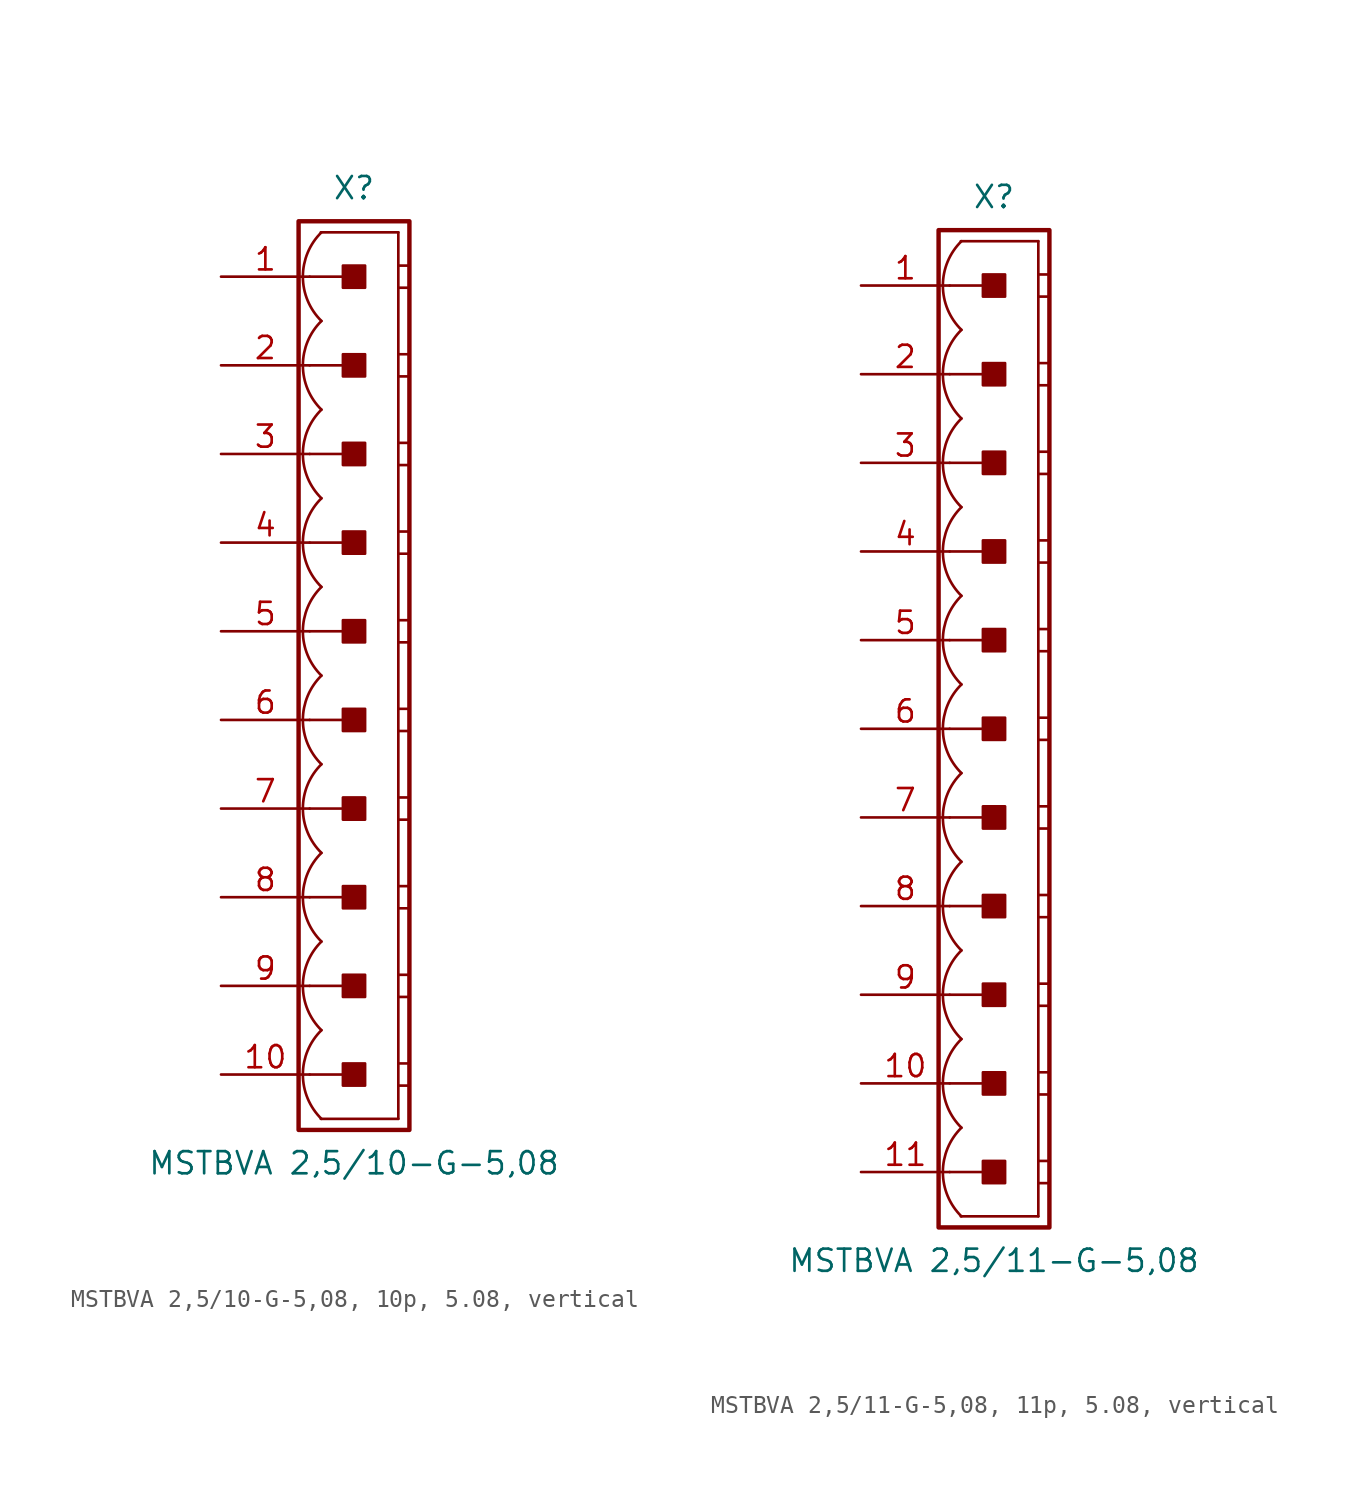
<source format=kicad_sym>
(kicad_symbol_lib
  (version 20241209)
  (generator "kicad_symbol_editor")
  (generator_version "9.0")
  (symbol "MSTBVA 2,5/10-G-5,08, 10p, 5.08, vertical"
    (pin_names
      (offset 1.016)
      (hide yes))
    (property "Reference" "X"
      (at 0 27.94 0)
      (effects (font (size 1.27 1.27))))
    (property "Value" "MSTBVA 2,5/10-G-5,08"
      (at 0 -27.94 0)
      (effects (font (size 1.27 1.27))))
    (property "Label" ""
      (at 0 0 0)
      (effects (font (size 1.27 1.27) (thickness 0.254) (bold yes))))
    (symbol "MSTBVA 2,5/10-G-5,08, 10p, 5.08, vertical_0_1"
      (polyline (pts (xy 2.54 25.4) (xy -1.905 25.4)) (stroke (width 0.152) (type default)) (fill (type none)))
      (polyline (pts (xy 2.54 25.4) (xy 2.54 -25.4)) (stroke (width 0.152) (type default)) (fill (type none)))
      (polyline (pts (xy 2.54 23.495) (xy 3.175 23.495)) (stroke (width 0.152) (type default)) (fill (type none)))
      (polyline (pts (xy 2.54 22.225) (xy 3.175 22.225)) (stroke (width 0.152) (type default)) (fill (type none)))
      (polyline (pts (xy 2.54 18.415) (xy 3.175 18.415)) (stroke (width 0.152) (type default)) (fill (type none)))
      (polyline (pts (xy 2.54 17.145) (xy 3.175 17.145)) (stroke (width 0.152) (type default)) (fill (type none)))
      (polyline (pts (xy 2.54 13.335) (xy 3.175 13.335)) (stroke (width 0.152) (type default)) (fill (type none)))
      (polyline (pts (xy 2.54 12.065) (xy 3.175 12.065)) (stroke (width 0.152) (type default)) (fill (type none)))
      (polyline (pts (xy 2.54 8.255) (xy 3.175 8.255)) (stroke (width 0.152) (type default)) (fill (type none)))
      (polyline (pts (xy 2.54 6.985) (xy 3.175 6.985)) (stroke (width 0.152) (type default)) (fill (type none)))
      (polyline (pts (xy 2.54 3.175) (xy 3.175 3.175)) (stroke (width 0.152) (type default)) (fill (type none)))
      (polyline (pts (xy 2.54 1.905) (xy 3.175 1.905)) (stroke (width 0.152) (type default)) (fill (type none)))
      (polyline (pts (xy 2.54 -1.905) (xy 3.175 -1.905)) (stroke (width 0.152) (type default)) (fill (type none)))
      (polyline (pts (xy 2.54 -3.175) (xy 3.175 -3.175)) (stroke (width 0.152) (type default)) (fill (type none)))
      (polyline (pts (xy 2.54 -6.985) (xy 3.175 -6.985)) (stroke (width 0.152) (type default)) (fill (type none)))
      (polyline (pts (xy 2.54 -8.255) (xy 3.175 -8.255)) (stroke (width 0.152) (type default)) (fill (type none)))
      (polyline (pts (xy 2.54 -12.065) (xy 3.175 -12.065)) (stroke (width 0.152) (type default)) (fill (type none)))
      (polyline (pts (xy 2.54 -13.335) (xy 3.175 -13.335)) (stroke (width 0.152) (type default)) (fill (type none)))
      (polyline (pts (xy 2.54 -17.145) (xy 3.175 -17.145)) (stroke (width 0.152) (type default)) (fill (type none)))
      (polyline (pts (xy 2.54 -18.415) (xy 3.175 -18.415)) (stroke (width 0.152) (type default)) (fill (type none)))
      (polyline (pts (xy 2.54 -22.225) (xy 3.175 -22.225)) (stroke (width 0.152) (type default)) (fill (type none)))
      (polyline (pts (xy 2.54 -23.495) (xy 3.175 -23.495)) (stroke (width 0.152) (type default)) (fill (type none)))
      (polyline (pts (xy 2.54 -25.4) (xy -1.905 -25.4)) (stroke (width 0.152) (type default)) (fill (type none))))
    (symbol "MSTBVA 2,5/10-G-5,08, 10p, 5.08, vertical_1_0"
      (polyline (pts (xy -2.54 22.86) (xy 0 22.86)) (stroke (width 0.152) (type default)) (fill (type none)))
      (polyline (pts (xy -2.54 17.78) (xy 0 17.78)) (stroke (width 0.152) (type default)) (fill (type none)))
      (polyline (pts (xy -2.54 12.7) (xy 0 12.7)) (stroke (width 0.152) (type default)) (fill (type none)))
      (polyline (pts (xy -2.54 7.62) (xy 0 7.62)) (stroke (width 0.152) (type default)) (fill (type none)))
      (polyline (pts (xy -2.54 2.54) (xy 0 2.54)) (stroke (width 0.152) (type default)) (fill (type none)))
      (polyline (pts (xy -2.54 -2.54) (xy 0 -2.54)) (stroke (width 0.152) (type default)) (fill (type none)))
      (polyline (pts (xy -2.54 -7.62) (xy 0 -7.62)) (stroke (width 0.152) (type default)) (fill (type none)))
      (polyline (pts (xy -2.54 -12.7) (xy 0 -12.7)) (stroke (width 0.152) (type default)) (fill (type none)))
      (polyline (pts (xy -2.54 -17.78) (xy 0 -17.78)) (stroke (width 0.152) (type default)) (fill (type none)))
      (polyline (pts (xy -2.54 -22.86) (xy 0 -22.86)) (stroke (width 0.152) (type default)) (fill (type none))))
    (symbol "MSTBVA 2,5/10-G-5,08, 10p, 5.08, vertical_1_1"
      (rectangle (start -3.175 26.035) (end 3.175 -26.035) (stroke (width 0.254) (type default)) (fill (type none)))
      (rectangle (start -0.635 22.225) (end 0.635 23.495) (stroke (width 0.152) (type default)) (fill (type outline)))
      (rectangle (start -0.635 17.145) (end 0.635 18.415) (stroke (width 0.152) (type default)) (fill (type outline)))
      (rectangle (start -0.635 12.065) (end 0.635 13.335) (stroke (width 0.152) (type default)) (fill (type outline)))
      (rectangle (start -0.635 6.985) (end 0.635 8.255) (stroke (width 0.152) (type default)) (fill (type outline)))
      (rectangle (start -0.635 1.905) (end 0.635 3.175) (stroke (width 0.152) (type default)) (fill (type outline)))
      (rectangle (start -0.635 -3.175) (end 0.635 -1.905) (stroke (width 0.152) (type default)) (fill (type outline)))
      (rectangle (start -0.635 -8.255) (end 0.635 -6.985) (stroke (width 0.152) (type default)) (fill (type outline)))
      (rectangle (start -0.635 -13.335) (end 0.635 -12.065) (stroke (width 0.152) (type default)) (fill (type outline)))
      (rectangle (start -0.635 -18.415) (end 0.635 -17.145) (stroke (width 0.152) (type default)) (fill (type outline)))
      (rectangle (start -0.635 -23.495) (end 0.635 -22.225) (stroke (width 0.152) (type default)) (fill (type outline)))
      (arc (start -1.8664 20.32) (mid -2.9299 22.86) (end -1.8664 25.4) (stroke (width 0.1524) (type default)) (fill (type none)))
      (arc (start -1.8664 15.24) (mid -2.9299 17.78) (end -1.8664 20.32) (stroke (width 0.1524) (type default)) (fill (type none)))
      (arc (start -1.8664 10.16) (mid -2.9299 12.7) (end -1.8664 15.24) (stroke (width 0.1524) (type default)) (fill (type none)))
      (arc (start -1.8664 5.08) (mid -2.9299 7.62) (end -1.8664 10.16) (stroke (width 0.1524) (type default)) (fill (type none)))
      (arc (start -1.8664 0) (mid -2.9299 2.54) (end -1.8664 5.08) (stroke (width 0.1524) (type default)) (fill (type none)))
      (arc (start -1.8664 -5.08) (mid -2.9299 -2.54) (end -1.8664 0) (stroke (width 0.1524) (type default)) (fill (type none)))
      (arc (start -1.8664 -10.16) (mid -2.9299 -7.62) (end -1.8664 -5.08) (stroke (width 0.1524) (type default)) (fill (type none)))
      (arc (start -1.8664 -15.24) (mid -2.9299 -12.7) (end -1.8664 -10.16) (stroke (width 0.1524) (type default)) (fill (type none)))
      (arc (start -1.8664 -20.32) (mid -2.9299 -17.78) (end -1.8664 -15.24) (stroke (width 0.1524) (type default)) (fill (type none)))
      (arc (start -1.8664 -25.4) (mid -2.9299 -22.86) (end -1.8664 -20.32) (stroke (width 0.1524) (type default)) (fill (type none)))
      (pin passive line (at -7.62 22.86 0) (length 5.08) (name "1" (effects (font (size 1.27 1.27)))) (number "1" (effects (font (size 1.27 1.27)))))
      (pin passive line (at -7.62 17.78 0) (length 5.08) (name "2" (effects (font (size 1.27 1.27)))) (number "2" (effects (font (size 1.27 1.27)))))
      (pin passive line (at -7.62 12.7 0) (length 5.08) (name "3" (effects (font (size 1.27 1.27)))) (number "3" (effects (font (size 1.27 1.27)))))
      (pin passive line (at -7.62 7.62 0) (length 5.08) (name "4" (effects (font (size 1.27 1.27)))) (number "4" (effects (font (size 1.27 1.27)))))
      (pin passive line (at -7.62 2.54 0) (length 5.08) (name "5" (effects (font (size 1.27 1.27)))) (number "5" (effects (font (size 1.27 1.27)))))
      (pin passive line (at -7.62 -2.54 0) (length 5.08) (name "6" (effects (font (size 1.27 1.27)))) (number "6" (effects (font (size 1.27 1.27)))))
      (pin passive line (at -7.62 -7.62 0) (length 5.08) (name "7" (effects (font (size 1.27 1.27)))) (number "7" (effects (font (size 1.27 1.27)))))
      (pin passive line (at -7.62 -12.7 0) (length 5.08) (name "8" (effects (font (size 1.27 1.27)))) (number "8" (effects (font (size 1.27 1.27)))))
      (pin passive line (at -7.62 -17.78 0) (length 5.08) (name "9" (effects (font (size 1.27 1.27)))) (number "9" (effects (font (size 1.27 1.27)))))
      (pin passive line (at -7.62 -22.86 0) (length 5.08) (name "10" (effects (font (size 1.27 1.27)))) (number "10" (effects (font (size 1.27 1.27)))))))
  (symbol "MSTBVA 2,5/11-G-5,08, 11p, 5.08, vertical"
    (pin_names
      (offset 1.016)
      (hide yes))
    (property "Reference" "X"
      (at 0 30.48 0)
      (effects (font (size 1.27 1.27))))
    (property "Value" "MSTBVA 2,5/11-G-5,08"
      (at 0 -30.48 0)
      (effects (font (size 1.27 1.27))))
    (property "Label" ""
      (at 0 0 0)
      (effects (font (size 1.27 1.27) (thickness 0.254) (bold yes))))
    (symbol "MSTBVA 2,5/11-G-5,08, 11p, 5.08, vertical_0_1"
      (polyline (pts (xy 2.54 27.94) (xy -1.905 27.94)) (stroke (width 0.152) (type default)) (fill (type none)))
      (polyline (pts (xy 2.54 27.94) (xy 2.54 -27.94)) (stroke (width 0.152) (type default)) (fill (type none)))
      (polyline (pts (xy 2.54 26.035) (xy 3.175 26.035)) (stroke (width 0.152) (type default)) (fill (type none)))
      (polyline (pts (xy 2.54 24.765) (xy 3.175 24.765)) (stroke (width 0.152) (type default)) (fill (type none)))
      (polyline (pts (xy 2.54 20.955) (xy 3.175 20.955)) (stroke (width 0.152) (type default)) (fill (type none)))
      (polyline (pts (xy 2.54 19.685) (xy 3.175 19.685)) (stroke (width 0.152) (type default)) (fill (type none)))
      (polyline (pts (xy 2.54 15.875) (xy 3.175 15.875)) (stroke (width 0.152) (type default)) (fill (type none)))
      (polyline (pts (xy 2.54 14.605) (xy 3.175 14.605)) (stroke (width 0.152) (type default)) (fill (type none)))
      (polyline (pts (xy 2.54 10.795) (xy 3.175 10.795)) (stroke (width 0.152) (type default)) (fill (type none)))
      (polyline (pts (xy 2.54 9.525) (xy 3.175 9.525)) (stroke (width 0.152) (type default)) (fill (type none)))
      (polyline (pts (xy 2.54 5.715) (xy 3.175 5.715)) (stroke (width 0.152) (type default)) (fill (type none)))
      (polyline (pts (xy 2.54 4.445) (xy 3.175 4.445)) (stroke (width 0.152) (type default)) (fill (type none)))
      (polyline (pts (xy 2.54 0.635) (xy 3.175 0.635)) (stroke (width 0.152) (type default)) (fill (type none)))
      (polyline (pts (xy 2.54 -0.635) (xy 3.175 -0.635)) (stroke (width 0.152) (type default)) (fill (type none)))
      (polyline (pts (xy 2.54 -4.445) (xy 3.175 -4.445)) (stroke (width 0.152) (type default)) (fill (type none)))
      (polyline (pts (xy 2.54 -5.715) (xy 3.175 -5.715)) (stroke (width 0.152) (type default)) (fill (type none)))
      (polyline (pts (xy 2.54 -9.525) (xy 3.175 -9.525)) (stroke (width 0.152) (type default)) (fill (type none)))
      (polyline (pts (xy 2.54 -10.795) (xy 3.175 -10.795)) (stroke (width 0.152) (type default)) (fill (type none)))
      (polyline (pts (xy 2.54 -14.605) (xy 3.175 -14.605)) (stroke (width 0.152) (type default)) (fill (type none)))
      (polyline (pts (xy 2.54 -15.875) (xy 3.175 -15.875)) (stroke (width 0.152) (type default)) (fill (type none)))
      (polyline (pts (xy 2.54 -19.685) (xy 3.175 -19.685)) (stroke (width 0.152) (type default)) (fill (type none)))
      (polyline (pts (xy 2.54 -20.955) (xy 3.175 -20.955)) (stroke (width 0.152) (type default)) (fill (type none)))
      (polyline (pts (xy 2.54 -24.765) (xy 3.175 -24.765)) (stroke (width 0.152) (type default)) (fill (type none)))
      (polyline (pts (xy 2.54 -26.035) (xy 3.175 -26.035)) (stroke (width 0.152) (type default)) (fill (type none)))
      (polyline (pts (xy 2.54 -27.94) (xy -1.905 -27.94)) (stroke (width 0.152) (type default)) (fill (type none))))
    (symbol "MSTBVA 2,5/11-G-5,08, 11p, 5.08, vertical_1_0"
      (polyline (pts (xy -2.54 25.4) (xy 0 25.4)) (stroke (width 0.152) (type default)) (fill (type none)))
      (polyline (pts (xy -2.54 20.32) (xy 0 20.32)) (stroke (width 0.152) (type default)) (fill (type none)))
      (polyline (pts (xy -2.54 15.24) (xy 0 15.24)) (stroke (width 0.152) (type default)) (fill (type none)))
      (polyline (pts (xy -2.54 10.16) (xy 0 10.16)) (stroke (width 0.152) (type default)) (fill (type none)))
      (polyline (pts (xy -2.54 5.08) (xy 0 5.08)) (stroke (width 0.152) (type default)) (fill (type none)))
      (polyline (pts (xy -2.54 0) (xy 0 0)) (stroke (width 0.152) (type default)) (fill (type none)))
      (polyline (pts (xy -2.54 -5.08) (xy 0 -5.08)) (stroke (width 0.152) (type default)) (fill (type none)))
      (polyline (pts (xy -2.54 -10.16) (xy 0 -10.16)) (stroke (width 0.152) (type default)) (fill (type none)))
      (polyline (pts (xy -2.54 -15.24) (xy 0 -15.24)) (stroke (width 0.152) (type default)) (fill (type none)))
      (polyline (pts (xy -2.54 -20.32) (xy 0 -20.32)) (stroke (width 0.152) (type default)) (fill (type none)))
      (polyline (pts (xy -2.54 -25.4) (xy 0 -25.4)) (stroke (width 0.152) (type default)) (fill (type none))))
    (symbol "MSTBVA 2,5/11-G-5,08, 11p, 5.08, vertical_1_1"
      (rectangle (start -3.175 28.575) (end 3.175 -28.575) (stroke (width 0.254) (type default)) (fill (type none)))
      (rectangle (start -0.635 24.765) (end 0.635 26.035) (stroke (width 0.152) (type default)) (fill (type outline)))
      (rectangle (start -0.635 19.685) (end 0.635 20.955) (stroke (width 0.152) (type default)) (fill (type outline)))
      (rectangle (start -0.635 14.605) (end 0.635 15.875) (stroke (width 0.152) (type default)) (fill (type outline)))
      (rectangle (start -0.635 9.525) (end 0.635 10.795) (stroke (width 0.152) (type default)) (fill (type outline)))
      (rectangle (start -0.635 4.445) (end 0.635 5.715) (stroke (width 0.152) (type default)) (fill (type outline)))
      (rectangle (start -0.635 -0.635) (end 0.635 0.635) (stroke (width 0.152) (type default)) (fill (type outline)))
      (rectangle (start -0.635 -5.715) (end 0.635 -4.445) (stroke (width 0.152) (type default)) (fill (type outline)))
      (rectangle (start -0.635 -10.795) (end 0.635 -9.525) (stroke (width 0.152) (type default)) (fill (type outline)))
      (rectangle (start -0.635 -15.875) (end 0.635 -14.605) (stroke (width 0.152) (type default)) (fill (type outline)))
      (rectangle (start -0.635 -20.955) (end 0.635 -19.685) (stroke (width 0.152) (type default)) (fill (type outline)))
      (rectangle (start -0.635 -26.035) (end 0.635 -24.765) (stroke (width 0.152) (type default)) (fill (type outline)))
      (arc (start -1.8664 22.86) (mid -2.9299 25.4) (end -1.8664 27.94) (stroke (width 0.1524) (type default)) (fill (type none)))
      (arc (start -1.8664 17.78) (mid -2.9299 20.32) (end -1.8664 22.86) (stroke (width 0.1524) (type default)) (fill (type none)))
      (arc (start -1.8664 12.7) (mid -2.9299 15.24) (end -1.8664 17.78) (stroke (width 0.1524) (type default)) (fill (type none)))
      (arc (start -1.8664 7.62) (mid -2.9299 10.16) (end -1.8664 12.7) (stroke (width 0.1524) (type default)) (fill (type none)))
      (arc (start -1.8664 2.54) (mid -2.9299 5.08) (end -1.8664 7.62) (stroke (width 0.1524) (type default)) (fill (type none)))
      (arc (start -1.8664 -2.54) (mid -2.9299 0) (end -1.8664 2.54) (stroke (width 0.1524) (type default)) (fill (type none)))
      (arc (start -1.8664 -7.62) (mid -2.9299 -5.08) (end -1.8664 -2.54) (stroke (width 0.1524) (type default)) (fill (type none)))
      (arc (start -1.8664 -12.7) (mid -2.9299 -10.16) (end -1.8664 -7.62) (stroke (width 0.1524) (type default)) (fill (type none)))
      (arc (start -1.8664 -17.78) (mid -2.9299 -15.24) (end -1.8664 -12.7) (stroke (width 0.1524) (type default)) (fill (type none)))
      (arc (start -1.8664 -22.86) (mid -2.9299 -20.32) (end -1.8664 -17.78) (stroke (width 0.1524) (type default)) (fill (type none)))
      (arc (start -1.8664 -27.94) (mid -2.9299 -25.4) (end -1.8664 -22.86) (stroke (width 0.1524) (type default)) (fill (type none)))
      (pin passive line (at -7.62 25.4 0) (length 5.08) (name "1" (effects (font (size 1.27 1.27)))) (number "1" (effects (font (size 1.27 1.27)))))
      (pin passive line (at -7.62 20.32 0) (length 5.08) (name "2" (effects (font (size 1.27 1.27)))) (number "2" (effects (font (size 1.27 1.27)))))
      (pin passive line (at -7.62 15.24 0) (length 5.08) (name "3" (effects (font (size 1.27 1.27)))) (number "3" (effects (font (size 1.27 1.27)))))
      (pin passive line (at -7.62 10.16 0) (length 5.08) (name "4" (effects (font (size 1.27 1.27)))) (number "4" (effects (font (size 1.27 1.27)))))
      (pin passive line (at -7.62 5.08 0) (length 5.08) (name "5" (effects (font (size 1.27 1.27)))) (number "5" (effects (font (size 1.27 1.27)))))
      (pin passive line (at -7.62 0 0) (length 5.08) (name "6" (effects (font (size 1.27 1.27)))) (number "6" (effects (font (size 1.27 1.27)))))
      (pin passive line (at -7.62 -5.08 0) (length 5.08) (name "7" (effects (font (size 1.27 1.27)))) (number "7" (effects (font (size 1.27 1.27)))))
      (pin passive line (at -7.62 -10.16 0) (length 5.08) (name "8" (effects (font (size 1.27 1.27)))) (number "8" (effects (font (size 1.27 1.27)))))
      (pin passive line (at -7.62 -15.24 0) (length 5.08) (name "9" (effects (font (size 1.27 1.27)))) (number "9" (effects (font (size 1.27 1.27)))))
      (pin passive line (at -7.62 -20.32 0) (length 5.08) (name "10" (effects (font (size 1.27 1.27)))) (number "10" (effects (font (size 1.27 1.27)))))
      (pin passive line (at -7.62 -25.4 0) (length 5.08) (name "11" (effects (font (size 1.27 1.27)))) (number "11" (effects (font (size 1.27 1.27))))))))
</source>
